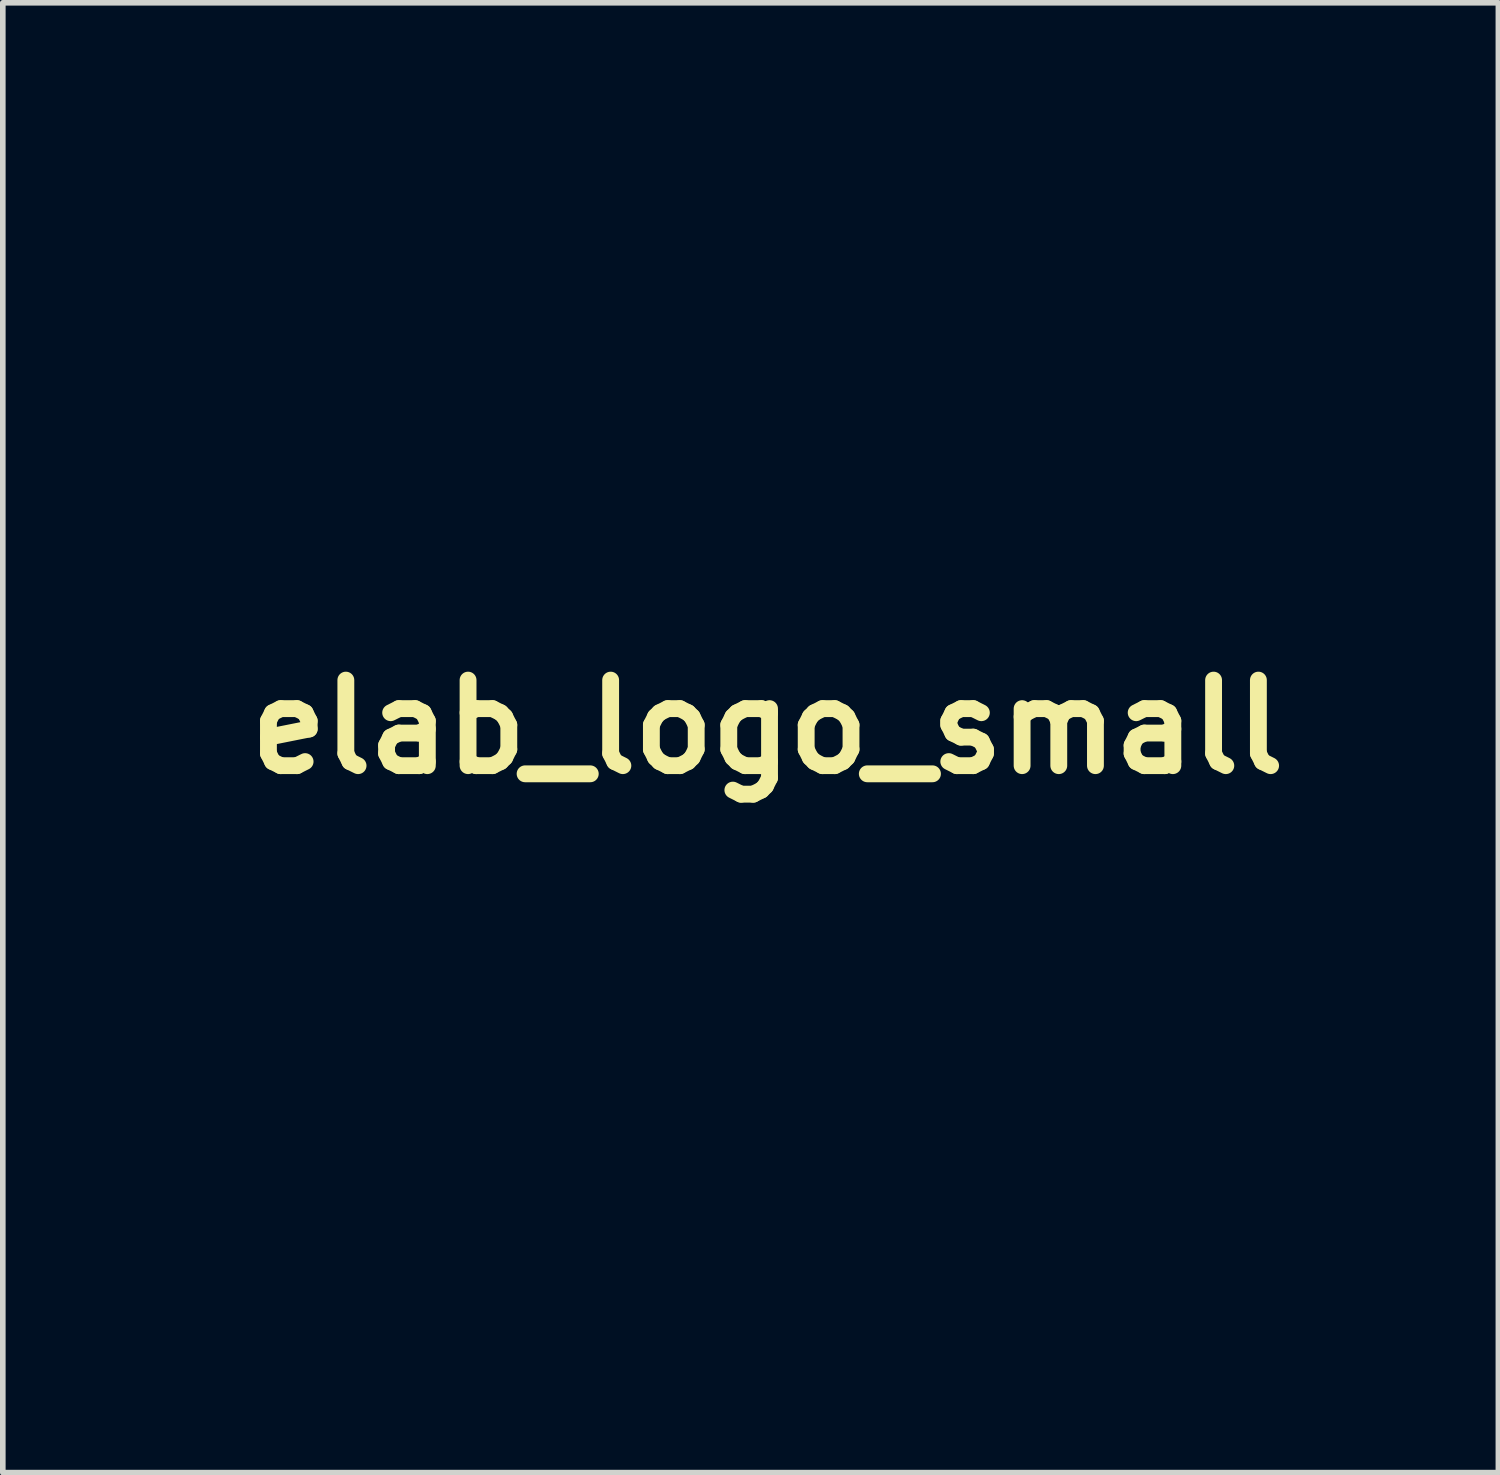
<source format=kicad_pcb>
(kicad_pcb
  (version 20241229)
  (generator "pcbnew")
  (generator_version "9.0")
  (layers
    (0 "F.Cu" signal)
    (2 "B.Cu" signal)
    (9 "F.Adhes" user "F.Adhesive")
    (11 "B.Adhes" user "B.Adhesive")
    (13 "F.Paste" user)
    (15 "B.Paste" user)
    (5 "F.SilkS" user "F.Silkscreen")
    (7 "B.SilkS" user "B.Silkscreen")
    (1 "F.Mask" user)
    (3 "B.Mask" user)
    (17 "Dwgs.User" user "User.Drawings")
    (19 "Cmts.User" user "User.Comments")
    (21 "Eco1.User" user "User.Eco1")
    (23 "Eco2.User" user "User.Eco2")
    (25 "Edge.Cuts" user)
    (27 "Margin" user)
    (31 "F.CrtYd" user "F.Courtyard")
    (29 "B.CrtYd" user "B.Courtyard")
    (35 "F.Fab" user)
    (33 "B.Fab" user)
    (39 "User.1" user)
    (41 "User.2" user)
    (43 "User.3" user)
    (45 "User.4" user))
  (footprint "elab_logo_small"
    (layer "F.Cu")
    (at 10.622 9.9)
    (property "Reference" "elab_logo_small" (at 0 0 0) (layer "F.SilkS") (effects (font (size 1.524 1.524) (thickness 0.3))))
    (attr through_hole)
    (fp_poly (pts (xy 8.022 7.852) (xy 8.049 7.865) (xy 8.081 7.894) (xy 8.123 7.942) (xy 8.179 8.015) (xy 8.253 8.118) (xy 8.349 8.255) (xy 8.41 8.343) (xy 8.75 8.838) (xy 8.757 8.343) (xy 8.764 7.849) (xy 8.89 7.849) (xy 8.89 9.042) (xy 8.817 9.042) (xy 8.791 9.039) (xy 8.764 9.026) (xy 8.733 8.999) (xy 8.691 8.952) (xy 8.636 8.88) (xy 8.564 8.78) (xy 8.469 8.644) (xy 8.404 8.55) (xy 8.065 8.057) (xy 8.058 8.55) (xy 8.051 9.042) (xy 7.925 9.042) (xy 7.925 7.849) (xy 7.997 7.849) (xy 8.022 7.852)) (stroke (width 0.01) (type solid)) (fill no) (layer "Eco2.User"))
    (fp_poly (pts (xy 4.501 9.25) (xy 4.578 9.251) (xy 4.75 9.254) (xy 4.878 9.258) (xy 4.967 9.263) (xy 5.024 9.27) (xy 5.055 9.279) (xy 5.067 9.291) (xy 5.067 9.296) (xy 5.061 9.31) (xy 5.037 9.32) (xy 4.989 9.328) (xy 4.912 9.333) (xy 4.798 9.337) (xy 4.642 9.34) (xy 4.578 9.341) (xy 4.41 9.344) (xy 4.285 9.344) (xy 4.198 9.343) (xy 4.141 9.339) (xy 4.109 9.332) (xy 4.094 9.32) (xy 4.09 9.305) (xy 4.089 9.296) (xy 4.091 9.279) (xy 4.101 9.265) (xy 4.125 9.256) (xy 4.17 9.251) (xy 4.244 9.249) (xy 4.352 9.249) (xy 4.501 9.25)) (stroke (width 0.01) (type solid)) (fill no) (layer "Eco2.User"))
    (fp_poly (pts (xy 6.477 9.042) (xy 6.35 9.042) (xy 6.348 8.039) (xy 6.148 8.534) (xy 6.07 8.728) (xy 6.008 8.875) (xy 5.956 8.976) (xy 5.913 9.031) (xy 5.872 9.041) (xy 5.83 9.004) (xy 5.784 8.923) (xy 5.728 8.796) (xy 5.66 8.625) (xy 5.637 8.569) (xy 5.448 8.092) (xy 5.441 8.567) (xy 5.434 9.042) (xy 5.309 9.042) (xy 5.309 7.849) (xy 5.479 7.849) (xy 5.678 8.357) (xy 5.736 8.505) (xy 5.79 8.635) (xy 5.835 8.74) (xy 5.868 8.813) (xy 5.888 8.848) (xy 5.891 8.85) (xy 5.904 8.823) (xy 5.933 8.756) (xy 5.974 8.656) (xy 6.025 8.53) (xy 6.082 8.387) (xy 6.098 8.348) (xy 6.29 7.861) (xy 6.383 7.853) (xy 6.477 7.846) (xy 6.477 9.042)) (stroke (width 0.01) (type solid)) (fill no) (layer "Eco2.User"))
    (fp_poly (pts (xy 4.985 7.853) (xy 5.067 7.861) (xy 5.067 8.293) (xy 5.066 8.484) (xy 5.06 8.632) (xy 5.048 8.744) (xy 5.027 8.829) (xy 4.998 8.893) (xy 4.957 8.944) (xy 4.908 8.986) (xy 4.854 9.022) (xy 4.799 9.044) (xy 4.725 9.056) (xy 4.618 9.063) (xy 4.612 9.063) (xy 4.496 9.064) (xy 4.414 9.057) (xy 4.35 9.038) (xy 4.318 9.022) (xy 4.244 8.973) (xy 4.186 8.911) (xy 4.144 8.831) (xy 4.115 8.726) (xy 4.099 8.59) (xy 4.092 8.417) (xy 4.094 8.2) (xy 4.094 8.179) (xy 4.102 7.861) (xy 4.185 7.853) (xy 4.267 7.845) (xy 4.267 8.267) (xy 4.269 8.453) (xy 4.275 8.595) (xy 4.287 8.701) (xy 4.306 8.777) (xy 4.336 8.831) (xy 4.377 8.87) (xy 4.427 8.898) (xy 4.545 8.936) (xy 4.661 8.93) (xy 4.739 8.904) (xy 4.793 8.875) (xy 4.834 8.837) (xy 4.863 8.781) (xy 4.883 8.701) (xy 4.895 8.591) (xy 4.901 8.443) (xy 4.902 8.267) (xy 4.902 7.845) (xy 4.985 7.853)) (stroke (width 0.01) (type solid)) (fill no) (layer "Eco2.User"))
    (fp_poly (pts (xy 7.353 7.844) (xy 7.492 7.906) (xy 7.613 8.01) (xy 7.699 8.142) (xy 7.748 8.295) (xy 7.762 8.457) (xy 7.743 8.62) (xy 7.691 8.771) (xy 7.607 8.901) (xy 7.508 8.989) (xy 7.386 9.043) (xy 7.241 9.067) (xy 7.092 9.061) (xy 6.958 9.022) (xy 6.934 9.011) (xy 6.816 8.921) (xy 6.726 8.797) (xy 6.665 8.649) (xy 6.637 8.488) (xy 6.641 8.385) (xy 6.761 8.385) (xy 6.763 8.539) (xy 6.799 8.678) (xy 6.865 8.796) (xy 6.956 8.888) (xy 7.066 8.947) (xy 7.193 8.969) (xy 7.331 8.948) (xy 7.374 8.932) (xy 7.485 8.86) (xy 7.568 8.754) (xy 7.622 8.624) (xy 7.644 8.48) (xy 7.634 8.332) (xy 7.59 8.19) (xy 7.513 8.067) (xy 7.414 7.981) (xy 7.297 7.937) (xy 7.171 7.931) (xy 7.048 7.96) (xy 6.937 8.024) (xy 6.847 8.12) (xy 6.797 8.221) (xy 6.761 8.385) (xy 6.641 8.385) (xy 6.644 8.323) (xy 6.689 8.165) (xy 6.706 8.128) (xy 6.799 7.996) (xy 6.919 7.901) (xy 7.058 7.843) (xy 7.205 7.824) (xy 7.353 7.844)) (stroke (width 0.01) (type solid)) (fill no) (layer "Eco2.User"))
    (fp_poly (pts (xy 9.556 7.831) (xy 9.708 7.865) (xy 9.827 7.935) (xy 9.909 8.038) (xy 9.946 8.134) (xy 9.952 8.184) (xy 9.931 8.202) (xy 9.902 8.204) (xy 9.856 8.191) (xy 9.82 8.144) (xy 9.8 8.102) (xy 9.742 8.016) (xy 9.659 7.959) (xy 9.562 7.93) (xy 9.461 7.928) (xy 9.366 7.952) (xy 9.288 8.001) (xy 9.236 8.074) (xy 9.22 8.155) (xy 9.229 8.225) (xy 9.252 8.274) (xy 9.256 8.279) (xy 9.295 8.298) (xy 9.371 8.325) (xy 9.47 8.355) (xy 9.523 8.37) (xy 9.689 8.419) (xy 9.811 8.465) (xy 9.895 8.516) (xy 9.948 8.574) (xy 9.975 8.646) (xy 9.982 8.736) (xy 9.982 8.738) (xy 9.966 8.854) (xy 9.914 8.94) (xy 9.82 9.007) (xy 9.795 9.019) (xy 9.699 9.048) (xy 9.577 9.063) (xy 9.451 9.065) (xy 9.341 9.052) (xy 9.296 9.039) (xy 9.195 8.976) (xy 9.112 8.881) (xy 9.066 8.783) (xy 9.054 8.695) (xy 9.068 8.646) (xy 9.1 8.636) (xy 9.142 8.668) (xy 9.184 8.742) (xy 9.191 8.76) (xy 9.253 8.864) (xy 9.348 8.932) (xy 9.477 8.963) (xy 9.54 8.966) (xy 9.658 8.951) (xy 9.756 8.909) (xy 9.827 8.847) (xy 9.866 8.773) (xy 9.864 8.694) (xy 9.837 8.64) (xy 9.795 8.599) (xy 9.729 8.564) (xy 9.628 8.529) (xy 9.573 8.514) (xy 9.403 8.463) (xy 9.277 8.416) (xy 9.189 8.366) (xy 9.133 8.311) (xy 9.103 8.245) (xy 9.093 8.163) (xy 9.093 8.152) (xy 9.116 8.038) (xy 9.181 7.944) (xy 9.28 7.875) (xy 9.407 7.835) (xy 9.556 7.83) (xy 9.556 7.831)) (stroke (width 0.01) (type solid)) (fill no) (layer "Eco2.User"))
    (fp_poly (pts (xy -0.864 4.604) (xy -0.669 4.633) (xy -0.502 4.699) (xy -0.351 4.808) (xy -0.3 4.857) (xy -0.186 5.003) (xy -0.113 5.168) (xy -0.079 5.36) (xy -0.076 5.449) (xy -0.098 5.662) (xy -0.161 5.849) (xy -0.265 6.007) (xy -0.409 6.135) (xy -0.515 6.196) (xy -0.716 6.269) (xy -0.914 6.291) (xy -1.109 6.263) (xy -1.3 6.184) (xy -1.467 6.072) (xy -1.626 5.944) (xy -6.457 5.944) (xy -6.588 6.062) (xy -6.757 6.188) (xy -6.937 6.272) (xy -7.121 6.312) (xy -7.301 6.306) (xy -7.368 6.291) (xy -7.564 6.21) (xy -7.736 6.087) (xy -7.877 5.926) (xy -7.954 5.795) (xy -7.986 5.72) (xy -8.003 5.641) (xy -8.011 5.541) (xy -8.012 5.461) (xy -8.009 5.416) (xy -7.593 5.416) (xy -7.585 5.55) (xy -7.541 5.664) (xy -7.452 5.777) (xy -7.339 5.853) (xy -7.212 5.887) (xy -7.079 5.876) (xy -7.028 5.858) (xy -6.94 5.803) (xy -6.857 5.72) (xy -6.794 5.627) (xy -6.769 5.563) (xy -6.764 5.429) (xy -6.77 5.407) (xy -1.315 5.407) (xy -1.305 5.544) (xy -1.256 5.67) (xy -1.172 5.773) (xy -1.066 5.839) (xy -0.942 5.864) (xy -0.808 5.851) (xy -0.701 5.81) (xy -0.592 5.731) (xy -0.526 5.637) (xy -0.493 5.514) (xy -0.488 5.468) (xy -0.486 5.373) (xy -0.498 5.307) (xy -0.53 5.246) (xy -0.538 5.235) (xy -0.632 5.126) (xy -0.74 5.061) (xy -0.858 5.035) (xy -1.002 5.044) (xy -1.128 5.096) (xy -1.227 5.185) (xy -1.293 5.304) (xy -1.315 5.407) (xy -6.77 5.407) (xy -6.802 5.297) (xy -6.876 5.181) (xy -6.966 5.105) (xy -7.065 5.068) (xy -7.184 5.055) (xy -7.299 5.068) (xy -7.361 5.09) (xy -7.478 5.177) (xy -7.556 5.288) (xy -7.593 5.416) (xy -8.009 5.416) (xy -8 5.286) (xy -7.963 5.141) (xy -7.893 5.011) (xy -7.793 4.886) (xy -7.641 4.757) (xy -7.469 4.67) (xy -7.284 4.625) (xy -7.094 4.624) (xy -6.905 4.667) (xy -6.726 4.754) (xy -6.613 4.838) (xy -6.482 4.953) (xy -1.62 4.953) (xy -1.483 4.828) (xy -1.325 4.707) (xy -1.161 4.634) (xy -0.982 4.603) (xy -0.864 4.604)) (stroke (width 0.01) (type solid)) (fill no) (layer "Eco2.User"))
    (fp_poly (pts (xy 0.356 -6.7) (xy 0.524 -6.682) (xy 0.661 -6.641) (xy 0.782 -6.57) (xy 0.906 -6.462) (xy 0.912 -6.456) (xy 1.031 -6.315) (xy 1.109 -6.167) (xy 1.152 -5.999) (xy 1.163 -5.875) (xy 1.167 -5.762) (xy 1.161 -5.68) (xy 1.143 -5.609) (xy 1.111 -5.53) (xy 1.109 -5.527) (xy 1.055 -5.43) (xy 0.982 -5.326) (xy 0.926 -5.259) (xy 0.807 -5.132) (xy 0.826 -1.334) (xy 0.845 2.464) (xy -7.95 2.464) (xy -7.95 3.013) (xy -7.859 3.1) (xy -7.792 3.176) (xy -7.726 3.27) (xy -7.7 3.315) (xy -7.668 3.382) (xy -7.648 3.445) (xy -7.637 3.52) (xy -7.633 3.621) (xy -7.633 3.683) (xy -7.636 3.808) (xy -7.644 3.899) (xy -7.661 3.97) (xy -7.69 4.039) (xy -7.692 4.042) (xy -7.8 4.211) (xy -7.938 4.349) (xy -8.099 4.453) (xy -8.274 4.518) (xy -8.457 4.542) (xy -8.639 4.521) (xy -8.705 4.501) (xy -8.9 4.406) (xy -9.062 4.273) (xy -9.188 4.104) (xy -9.276 3.904) (xy -9.312 3.714) (xy -8.88 3.714) (xy -8.869 3.776) (xy -8.822 3.906) (xy -8.756 3.999) (xy -8.664 4.066) (xy -8.559 4.101) (xy -8.437 4.108) (xy -8.32 4.088) (xy -8.235 4.047) (xy -8.129 3.941) (xy -8.067 3.818) (xy -8.049 3.686) (xy -8.074 3.555) (xy -8.143 3.434) (xy -8.238 3.342) (xy -8.299 3.309) (xy -8.377 3.293) (xy -8.468 3.289) (xy -8.566 3.293) (xy -8.635 3.309) (xy -8.695 3.342) (xy -8.718 3.359) (xy -8.813 3.459) (xy -8.868 3.582) (xy -8.88 3.714) (xy -9.312 3.714) (xy -9.313 3.708) (xy -9.301 3.515) (xy -9.242 3.332) (xy -9.139 3.166) (xy -9.055 3.076) (xy -8.941 2.971) (xy -8.941 1.448) (xy -0.178 1.448) (xy -0.178 -5.161) (xy -0.291 -5.287) (xy -0.407 -5.452) (xy -0.48 -5.636) (xy -0.509 -5.831) (xy -0.507 -5.862) (xy -0.088 -5.862) (xy -0.069 -5.735) (xy -0.014 -5.619) (xy 0.078 -5.524) (xy 0.127 -5.494) (xy 0.268 -5.443) (xy 0.406 -5.443) (xy 0.475 -5.463) (xy 0.595 -5.534) (xy 0.682 -5.64) (xy 0.731 -5.773) (xy 0.74 -5.866) (xy 0.721 -6.01) (xy 0.659 -6.127) (xy 0.578 -6.202) (xy 0.479 -6.247) (xy 0.356 -6.265) (xy 0.229 -6.257) (xy 0.118 -6.223) (xy 0.082 -6.202) (xy -0.013 -6.106) (xy -0.07 -5.989) (xy -0.088 -5.862) (xy -0.507 -5.862) (xy -0.494 -6.027) (xy -0.435 -6.218) (xy -0.333 -6.392) (xy -0.254 -6.479) (xy -0.154 -6.554) (xy -0.05 -6.613) (xy 0.045 -6.661) (xy 0.116 -6.689) (xy 0.181 -6.702) (xy 0.261 -6.704) (xy 0.356 -6.7)) (stroke (width 0.01) (type solid)) (fill no) (layer "Eco2.User"))
    (fp_poly (pts (xy -6.799 -5.902) (xy -6.618 -5.832) (xy -6.449 -5.719) (xy -6.419 -5.692) (xy -6.306 -5.588) (xy -0.914 -5.588) (xy -0.914 0.66) (xy -8.839 0.66) (xy -8.839 -2.655) (xy -8.945 -2.782) (xy -9.063 -2.947) (xy -9.139 -3.107) (xy -9.175 -3.275) (xy -9.18 -3.378) (xy -9.175 -3.421) (xy -8.757 -3.421) (xy -8.749 -3.284) (xy -8.728 -3.216) (xy -8.655 -3.102) (xy -8.552 -3.021) (xy -8.43 -2.975) (xy -8.3 -2.967) (xy -8.173 -3.002) (xy -8.105 -3.042) (xy -8.003 -3.145) (xy -7.944 -3.264) (xy -7.925 -3.392) (xy -7.947 -3.518) (xy -8.009 -3.632) (xy -8.11 -3.726) (xy -8.151 -3.751) (xy -8.277 -3.799) (xy -8.394 -3.803) (xy -8.516 -3.761) (xy -8.535 -3.752) (xy -8.646 -3.666) (xy -8.722 -3.552) (xy -8.757 -3.421) (xy -9.175 -3.421) (xy -9.156 -3.583) (xy -9.087 -3.771) (xy -8.977 -3.935) (xy -8.829 -4.069) (xy -8.682 -4.153) (xy -8.503 -4.209) (xy -8.313 -4.226) (xy -8.126 -4.203) (xy -7.994 -4.159) (xy -7.826 -4.055) (xy -7.684 -3.914) (xy -7.577 -3.745) (xy -7.574 -3.738) (xy -7.538 -3.653) (xy -7.518 -3.574) (xy -7.509 -3.481) (xy -7.508 -3.378) (xy -7.519 -3.208) (xy -7.554 -3.068) (xy -7.619 -2.94) (xy -7.722 -2.807) (xy -7.732 -2.797) (xy -7.849 -2.665) (xy -7.849 -0.33) (xy -5.048 -0.33) (xy -4.672 -0.331) (xy -4.307 -0.331) (xy -3.957 -0.332) (xy -3.627 -0.333) (xy -3.318 -0.334) (xy -3.036 -0.335) (xy -2.782 -0.337) (xy -2.562 -0.338) (xy -2.378 -0.34) (xy -2.234 -0.342) (xy -2.133 -0.344) (xy -2.079 -0.347) (xy -2.076 -0.347) (xy -1.905 -0.363) (xy -1.918 -4.585) (xy -6.281 -4.598) (xy -6.401 -4.486) (xy -6.551 -4.365) (xy -6.705 -4.288) (xy -6.868 -4.246) (xy -7.075 -4.238) (xy -7.271 -4.276) (xy -7.449 -4.358) (xy -7.602 -4.481) (xy -7.726 -4.64) (xy -7.769 -4.721) (xy -7.804 -4.806) (xy -7.825 -4.886) (xy -7.834 -4.98) (xy -7.836 -5.064) (xy -7.427 -5.064) (xy -7.398 -4.931) (xy -7.322 -4.81) (xy -7.301 -4.788) (xy -7.183 -4.698) (xy -7.056 -4.658) (xy -6.915 -4.665) (xy -6.879 -4.674) (xy -6.768 -4.73) (xy -6.679 -4.822) (xy -6.619 -4.94) (xy -6.594 -5.071) (xy -6.606 -5.193) (xy -6.66 -5.314) (xy -6.747 -5.406) (xy -6.856 -5.467) (xy -6.978 -5.495) (xy -7.102 -5.487) (xy -7.22 -5.443) (xy -7.32 -5.36) (xy -7.342 -5.332) (xy -7.408 -5.2) (xy -7.427 -5.064) (xy -7.836 -5.064) (xy -7.836 -5.081) (xy -7.834 -5.195) (xy -7.824 -5.28) (xy -7.803 -5.355) (xy -7.765 -5.442) (xy -7.751 -5.469) (xy -7.643 -5.636) (xy -7.505 -5.767) (xy -7.345 -5.861) (xy -7.169 -5.915) (xy -6.985 -5.929) (xy -6.799 -5.902)) (stroke (width 0.01) (type solid)) (fill no) (layer "Eco2.User"))
    (fp_poly (pts (xy 0.897 -9.885) (xy 1.049 -9.847) (xy 1.071 -9.837) (xy 1.223 -9.745) (xy 1.361 -9.617) (xy 1.468 -9.469) (xy 1.491 -9.427) (xy 1.527 -9.342) (xy 1.548 -9.264) (xy 1.558 -9.171) (xy 1.561 -9.068) (xy 1.559 -8.948) (xy 1.548 -8.859) (xy 1.526 -8.781) (xy 1.496 -8.711) (xy 1.394 -8.541) (xy 1.265 -8.4) (xy 1.116 -8.293) (xy 0.956 -8.228) (xy 0.889 -8.215) (xy 0.862 -8.21) (xy 0.833 -8.201) (xy 0.801 -8.185) (xy 0.761 -8.158) (xy 0.71 -8.119) (xy 0.645 -8.065) (xy 0.561 -7.991) (xy 0.457 -7.896) (xy 0.328 -7.777) (xy 0.171 -7.63) (xy -0.018 -7.453) (xy -0.152 -7.327) (xy -1.079 -6.454) (xy -8.142 -6.452) (xy -8.897 -5.695) (xy -9.652 -4.938) (xy -9.652 5.195) (xy -8.191 6.655) (xy -1.278 6.655) (xy 2.312 8.688) (xy 2.394 8.644) (xy 2.459 8.62) (xy 2.549 8.606) (xy 2.674 8.601) (xy 2.706 8.601) (xy 2.83 8.604) (xy 2.921 8.614) (xy 3 8.635) (xy 3.078 8.667) (xy 3.25 8.77) (xy 3.384 8.902) (xy 3.482 9.055) (xy 3.543 9.222) (xy 3.567 9.398) (xy 3.555 9.575) (xy 3.505 9.746) (xy 3.419 9.906) (xy 3.296 10.047) (xy 3.137 10.163) (xy 3.063 10.2) (xy 2.915 10.251) (xy 2.757 10.278) (xy 2.606 10.278) (xy 2.482 10.252) (xy 2.327 10.172) (xy 2.178 10.054) (xy 2.047 9.912) (xy 1.947 9.758) (xy 1.916 9.69) (xy 1.908 9.67) (xy 1.897 9.651) (xy 1.881 9.631) (xy 1.856 9.607) (xy 1.819 9.579) (xy 1.767 9.543) (xy 1.698 9.499) (xy 1.608 9.444) (xy 1.598 9.438) (xy 2.311 9.438) (xy 2.334 9.575) (xy 2.394 9.69) (xy 2.485 9.779) (xy 2.597 9.836) (xy 2.723 9.855) (xy 2.852 9.833) (xy 2.918 9.803) (xy 3.031 9.714) (xy 3.106 9.599) (xy 3.139 9.47) (xy 3.128 9.336) (xy 3.1 9.26) (xy 3.017 9.138) (xy 2.91 9.055) (xy 2.788 9.014) (xy 2.659 9.015) (xy 2.532 9.062) (xy 2.464 9.11) (xy 2.37 9.215) (xy 2.321 9.336) (xy 2.311 9.438) (xy 1.598 9.438) (xy 1.494 9.376) (xy 1.354 9.295) (xy 1.184 9.197) (xy 0.982 9.082) (xy 0.744 8.946) (xy 0.468 8.789) (xy 0.185 8.629) (xy -1.508 7.671) (xy -8.598 7.671) (xy -10.617 5.651) (xy -10.617 -5.398) (xy -8.598 -7.417) (xy -5.055 -7.417) (xy -1.513 -7.417) (xy -0.814 -8.115) (xy -0.114 -8.813) (xy -0.1 -9.062) (xy -0.096 -9.104) (xy 0.313 -9.104) (xy 0.315 -8.98) (xy 0.354 -8.861) (xy 0.429 -8.756) (xy 0.54 -8.674) (xy 0.601 -8.648) (xy 0.677 -8.622) (xy 0.729 -8.614) (xy 0.782 -8.621) (xy 0.836 -8.636) (xy 0.956 -8.695) (xy 1.054 -8.791) (xy 1.119 -8.911) (xy 1.143 -9.043) (xy 1.143 -9.044) (xy 1.121 -9.185) (xy 1.061 -9.303) (xy 0.97 -9.393) (xy 0.857 -9.45) (xy 0.73 -9.469) (xy 0.597 -9.445) (xy 0.535 -9.418) (xy 0.422 -9.332) (xy 0.348 -9.225) (xy 0.313 -9.104) (xy -0.096 -9.104) (xy -0.09 -9.19) (xy -0.076 -9.283) (xy -0.054 -9.358) (xy -0.02 -9.431) (xy -0.012 -9.445) (xy 0.108 -9.613) (xy 0.266 -9.749) (xy 0.403 -9.826) (xy 0.555 -9.875) (xy 0.726 -9.895) (xy 0.897 -9.885)) (stroke (width 0.01) (type solid)) (fill no) (layer "Eco2.User"))
    (fp_poly (pts (xy 8.075 1.042) (xy 8.412 1.042) (xy 8.702 1.044) (xy 8.949 1.047) (xy 9.157 1.053) (xy 9.329 1.062) (xy 9.47 1.074) (xy 9.584 1.09) (xy 9.674 1.11) (xy 9.743 1.136) (xy 9.797 1.167) (xy 9.839 1.204) (xy 9.873 1.248) (xy 9.902 1.3) (xy 9.906 1.308) (xy 9.97 1.435) (xy 9.963 2.375) (xy 9.961 2.606) (xy 9.957 2.821) (xy 9.952 3.015) (xy 9.947 3.182) (xy 9.941 3.315) (xy 9.934 3.408) (xy 9.929 3.448) (xy 9.905 3.536) (xy 9.868 3.611) (xy 9.81 3.682) (xy 9.724 3.756) (xy 9.603 3.842) (xy 9.552 3.876) (xy 9.459 3.938) (xy 9.383 3.991) (xy 9.335 4.029) (xy 9.322 4.043) (xy 9.342 4.063) (xy 9.395 4.102) (xy 9.471 4.153) (xy 9.493 4.167) (xy 9.641 4.263) (xy 9.751 4.345) (xy 9.832 4.418) (xy 9.891 4.489) (xy 9.917 4.53) (xy 9.978 4.636) (xy 9.996 5.796) (xy 10.014 6.956) (xy 9.946 7.072) (xy 9.895 7.148) (xy 9.841 7.209) (xy 9.818 7.228) (xy 9.776 7.246) (xy 9.707 7.262) (xy 9.608 7.275) (xy 9.478 7.286) (xy 9.314 7.295) (xy 9.112 7.302) (xy 8.871 7.307) (xy 8.589 7.31) (xy 8.262 7.311) (xy 7.888 7.311) (xy 7.658 7.31) (xy 6.236 7.303) (xy 6.055 6.16) (xy 5.752 6.144) (xy 5.488 6.132) (xy 5.271 6.126) (xy 5.102 6.125) (xy 4.982 6.13) (xy 4.91 6.141) (xy 4.889 6.153) (xy 4.882 6.187) (xy 4.869 6.263) (xy 4.85 6.373) (xy 4.828 6.508) (xy 4.804 6.661) (xy 4.801 6.68) (xy 4.777 6.837) (xy 4.754 6.981) (xy 4.734 7.103) (xy 4.719 7.194) (xy 4.71 7.243) (xy 4.71 7.245) (xy 4.695 7.315) (xy 1.727 7.315) (xy 1.74 1.054) (xy 2.68 1.054) (xy 2.686 3.766) (xy 2.693 6.477) (xy 3.283 6.477) (xy 3.452 6.476) (xy 3.605 6.473) (xy 3.734 6.47) (xy 3.831 6.466) (xy 3.889 6.461) (xy 3.902 6.458) (xy 3.918 6.426) (xy 3.94 6.356) (xy 3.964 6.257) (xy 3.986 6.147) (xy 4.014 6.004) (xy 4.048 5.827) (xy 4.088 5.619) (xy 4.134 5.384) (xy 4.154 5.277) (xy 5.029 5.277) (xy 5.041 5.289) (xy 5.082 5.298) (xy 5.157 5.304) (xy 5.27 5.307) (xy 5.428 5.309) (xy 5.476 5.309) (xy 5.924 5.309) (xy 5.911 5.251) (xy 5.904 5.216) (xy 5.891 5.135) (xy 5.871 5.014) (xy 5.845 4.858) (xy 5.815 4.672) (xy 5.781 4.462) (xy 5.744 4.232) (xy 5.704 3.988) (xy 5.7 3.962) (xy 5.661 3.718) (xy 5.623 3.49) (xy 5.589 3.281) (xy 5.558 3.097) (xy 5.531 2.944) (xy 5.51 2.825) (xy 5.495 2.746) (xy 5.487 2.712) (xy 5.487 2.711) (xy 5.48 2.732) (xy 5.466 2.798) (xy 5.445 2.902) (xy 5.419 3.04) (xy 5.388 3.205) (xy 5.354 3.392) (xy 5.317 3.595) (xy 5.278 3.808) (xy 5.239 4.026) (xy 5.201 4.244) (xy 5.164 4.455) (xy 5.129 4.654) (xy 5.098 4.835) (xy 5.072 4.993) (xy 5.051 5.121) (xy 5.036 5.215) (xy 5.029 5.269) (xy 5.029 5.277) (xy 4.154 5.277) (xy 4.184 5.125) (xy 4.238 4.848) (xy 4.295 4.556) (xy 4.355 4.253) (xy 4.416 3.943) (xy 4.477 3.63) (xy 4.539 3.318) (xy 4.599 3.01) (xy 4.658 2.712) (xy 4.715 2.426) (xy 4.768 2.158) (xy 4.817 1.91) (xy 4.862 1.686) (xy 4.9 1.492) (xy 4.933 1.33) (xy 4.958 1.205) (xy 4.976 1.121) (xy 4.984 1.081) (xy 4.985 1.078) (xy 5.011 1.076) (xy 5.08 1.073) (xy 5.184 1.068) (xy 5.315 1.063) (xy 5.465 1.058) (xy 5.478 1.058) (xy 5.648 1.052) (xy 5.773 1.049) (xy 5.861 1.05) (xy 5.919 1.053) (xy 5.953 1.06) (xy 5.971 1.071) (xy 5.979 1.086) (xy 5.986 1.117) (xy 6.001 1.194) (xy 6.025 1.314) (xy 6.056 1.473) (xy 6.094 1.668) (xy 6.139 1.895) (xy 6.188 2.151) (xy 6.243 2.432) (xy 6.301 2.734) (xy 6.363 3.054) (xy 6.428 3.389) (xy 6.44 3.454) (xy 6.505 3.79) (xy 6.567 4.112) (xy 6.626 4.416) (xy 6.681 4.699) (xy 6.732 4.957) (xy 6.777 5.186) (xy 6.816 5.384) (xy 6.848 5.546) (xy 6.873 5.67) (xy 6.89 5.752) (xy 6.898 5.788) (xy 6.898 5.789) (xy 6.901 5.767) (xy 6.902 5.698) (xy 6.904 5.589) (xy 6.906 5.444) (xy 6.907 5.268) (xy 6.908 5.065) (xy 6.909 4.842) (xy 6.909 4.621) (xy 6.909 4.445) (xy 7.874 4.445) (xy 7.874 6.502) (xy 9.042 6.502) (xy 9.042 4.732) (xy 8.827 4.589) (xy 8.611 4.445) (xy 7.874 4.445) (xy 6.909 4.445) (xy 6.909 4.322) (xy 6.911 3.987) (xy 6.912 3.63) (xy 6.915 3.264) (xy 6.918 2.904) (xy 6.922 2.564) (xy 6.925 2.259) (xy 6.926 2.242) (xy 6.931 1.867) (xy 7.861 1.867) (xy 7.868 2.743) (xy 7.87 2.95) (xy 7.872 3.141) (xy 7.875 3.311) (xy 7.878 3.453) (xy 7.881 3.561) (xy 7.884 3.629) (xy 7.886 3.651) (xy 7.907 3.665) (xy 7.962 3.675) (xy 8.057 3.681) (xy 8.195 3.683) (xy 8.229 3.683) (xy 8.56 3.683) (xy 8.801 3.516) (xy 9.043 3.348) (xy 9.036 2.608) (xy 9.03 1.867) (xy 7.861 1.867) (xy 6.931 1.867) (xy 6.942 1.041) (xy 8.075 1.042)) (stroke (width 0.01) (type solid)) (fill no) (layer "Eco2.User")))
  (gr_rect
    (start -3 -3)
    (end 23.642 23.183)
    (stroke (width 0.1) (type default))
    (fill no)
    (layer "Edge.Cuts")))
</source>
